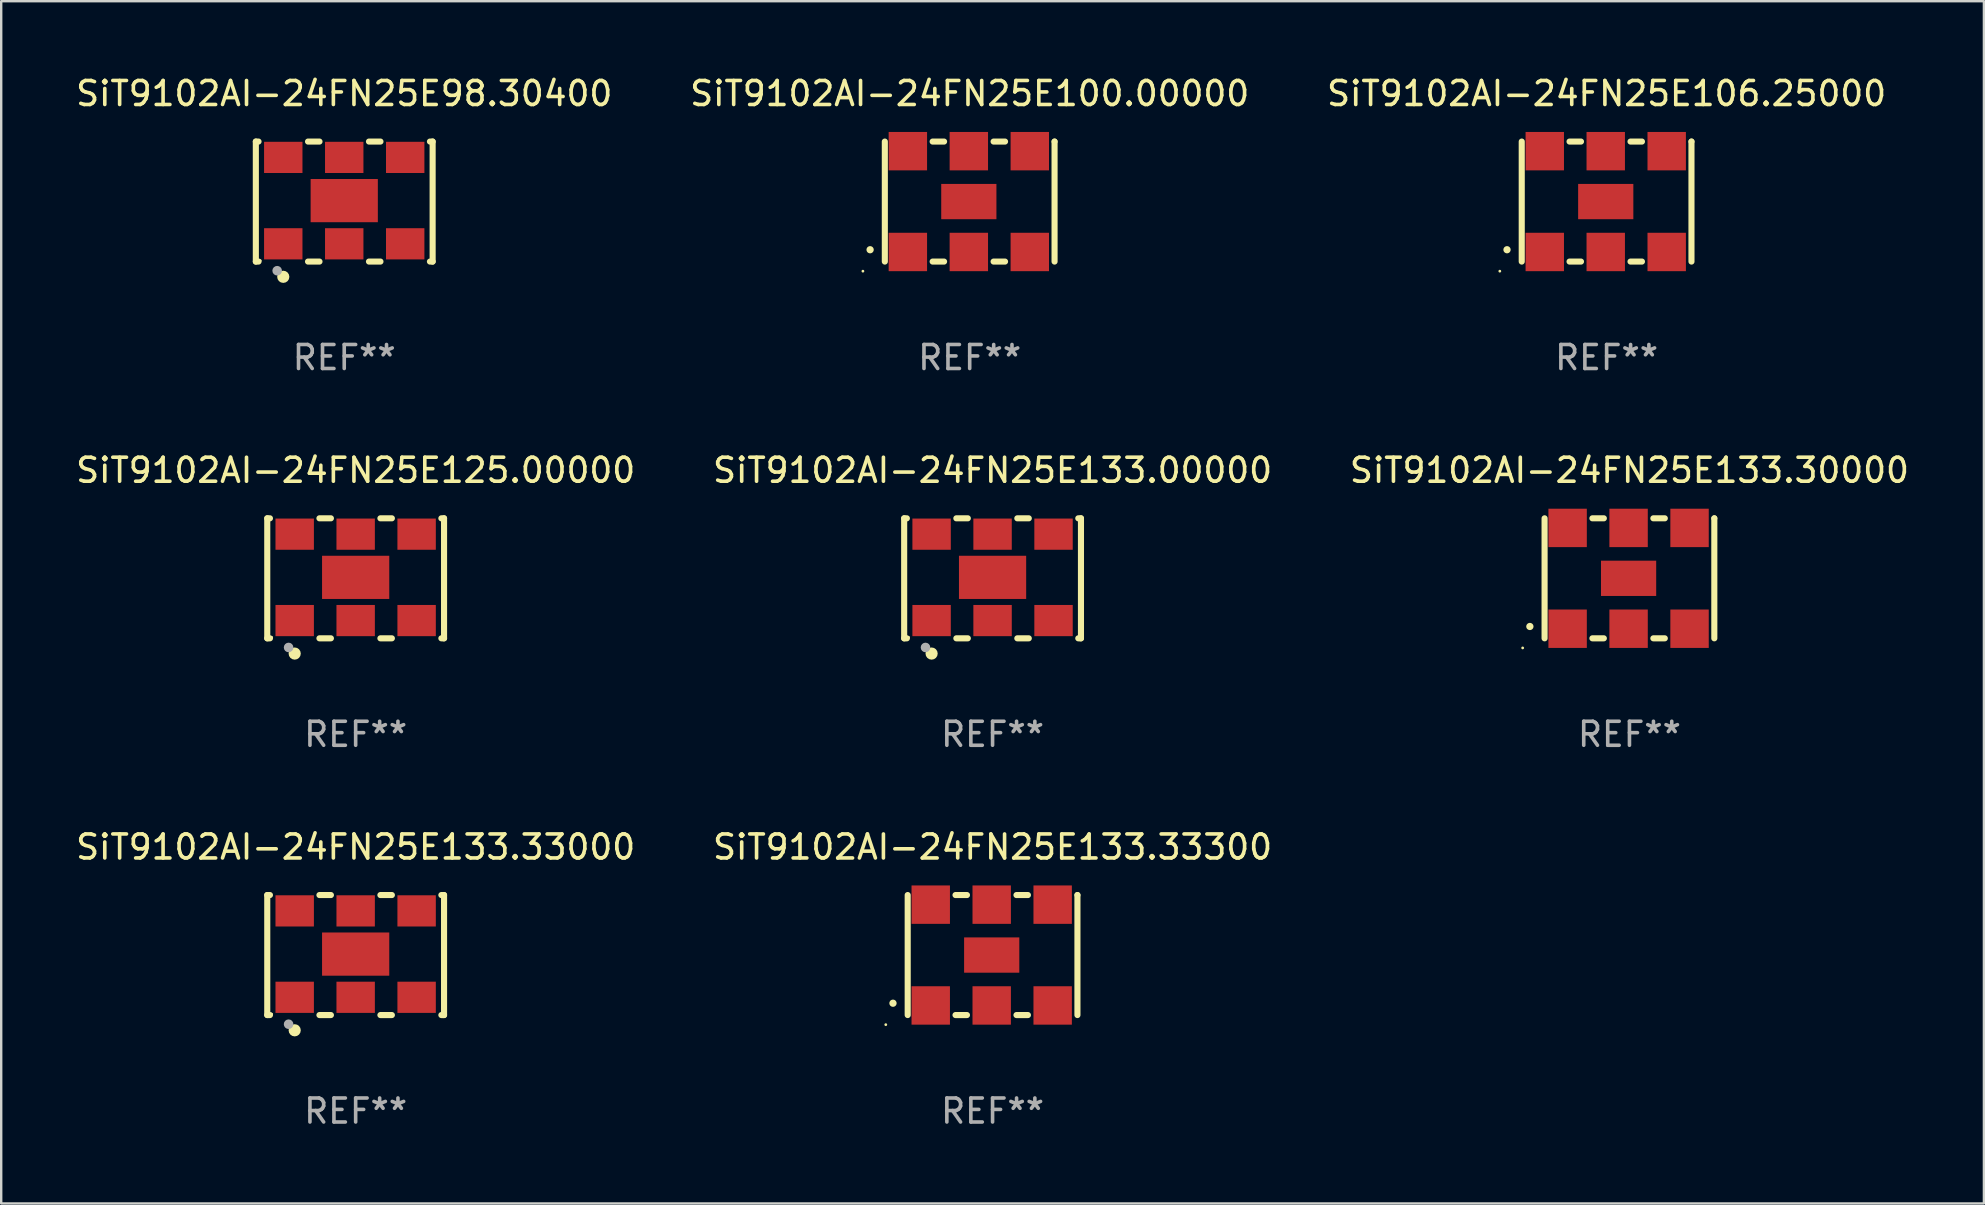
<source format=kicad_pcb>
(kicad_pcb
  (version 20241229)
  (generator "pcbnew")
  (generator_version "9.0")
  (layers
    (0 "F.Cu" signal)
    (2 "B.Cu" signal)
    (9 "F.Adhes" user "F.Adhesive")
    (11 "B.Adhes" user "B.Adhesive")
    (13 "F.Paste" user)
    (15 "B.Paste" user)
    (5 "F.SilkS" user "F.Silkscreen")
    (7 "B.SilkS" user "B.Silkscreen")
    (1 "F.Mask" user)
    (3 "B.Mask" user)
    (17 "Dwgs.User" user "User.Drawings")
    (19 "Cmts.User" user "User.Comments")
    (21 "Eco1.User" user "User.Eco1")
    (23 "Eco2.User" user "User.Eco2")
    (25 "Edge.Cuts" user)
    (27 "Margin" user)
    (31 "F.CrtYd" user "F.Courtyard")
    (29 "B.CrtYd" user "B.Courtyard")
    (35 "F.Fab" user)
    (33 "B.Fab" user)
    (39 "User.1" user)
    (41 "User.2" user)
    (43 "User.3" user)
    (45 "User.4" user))
  (footprint "SiT9102AI-24FN25E125.00000"
    (layer "F.Cu")
    (at 11.768 21.045)
    (property "Reference" "SiT9102AI-24FN25E125.00000" (at 0 -4.5 0) (layer "F.SilkS") (effects (font (size 1 1) (thickness 0.15))))
    (attr through_hole)
    (fp_line (start -3.683 -2.5) (end -3.571 -2.5) (stroke (width 0.254) (type solid)) (layer "F.SilkS"))
    (fp_line (start -3.683 2.5) (end -3.683 -2.5) (stroke (width 0.254) (type solid)) (layer "F.SilkS"))
    (fp_line (start -3.683 2.5) (end -3.571 2.5) (stroke (width 0.254) (type solid)) (layer "F.SilkS"))
    (fp_line (start -1.509 -2.5) (end -1.031 -2.5) (stroke (width 0.254) (type solid)) (layer "F.SilkS"))
    (fp_line (start -1.509 2.5) (end -1.031 2.5) (stroke (width 0.254) (type solid)) (layer "F.SilkS"))
    (fp_line (start 1.031 -2.5) (end 1.509 -2.5) (stroke (width 0.254) (type solid)) (layer "F.SilkS"))
    (fp_line (start 1.031 2.5) (end 1.509 2.5) (stroke (width 0.254) (type solid)) (layer "F.SilkS"))
    (fp_line (start 3.571 -2.5) (end 3.683 -2.5) (stroke (width 0.254) (type solid)) (layer "F.SilkS"))
    (fp_line (start 3.571 2.5) (end 3.683 2.5) (stroke (width 0.254) (type solid)) (layer "F.SilkS"))
    (fp_line (start 3.683 2.5) (end 3.683 -2.5) (stroke (width 0.254) (type solid)) (layer "F.SilkS"))
    (fp_circle (center -3.5 2.46) (end -3.47 2.46) (stroke (width 0.06) (type solid)) (fill no) (layer "F.SilkS"))
    (fp_circle (center -2.54 3.135) (end -2.413 3.135) (stroke (width 0.254) (type solid)) (fill no) (layer "F.SilkS"))
    (fp_circle (center -2.794 2.881) (end -2.694 2.881) (stroke (width 0.2) (type solid)) (fill no) (layer "F.Fab"))
    (fp_text user "REF**" (at 0 6.5 0) (layer "F.Fab") (effects (font (size 1 1) (thickness 0.15))))
    (pad "1" smd rect (at -2.54 1.76) (size 1.6 1.3) (layers "F.Cu" "F.Mask" "F.Paste"))
    (pad "2" smd rect (at 0 1.76) (size 1.6 1.3) (layers "F.Cu" "F.Mask" "F.Paste"))
    (pad "3" smd rect (at 2.54 1.76) (size 1.6 1.3) (layers "F.Cu" "F.Mask" "F.Paste"))
    (pad "4" smd rect (at 2.54 -1.84) (size 1.6 1.3) (layers "F.Cu" "F.Mask" "F.Paste"))
    (pad "5" smd rect (at 0 -1.84) (size 1.6 1.3) (layers "F.Cu" "F.Mask" "F.Paste"))
    (pad "6" smd rect (at -2.54 -1.84) (size 1.6 1.3) (layers "F.Cu" "F.Mask" "F.Paste"))
    (pad "7" smd rect (at 0 -0.04) (size 2.8 1.8) (layers "F.Cu" "F.Mask" "F.Paste")))
  (footprint "SiT9102AI-24FN25E133.00000"
    (layer "F.Cu")
    (at 38.304 21.045)
    (property "Reference" "SiT9102AI-24FN25E133.00000" (at 0 -4.5 0) (layer "F.SilkS") (effects (font (size 1 1) (thickness 0.15))))
    (attr through_hole)
    (fp_line (start -3.683 -2.5) (end -3.571 -2.5) (stroke (width 0.254) (type solid)) (layer "F.SilkS"))
    (fp_line (start -3.683 2.5) (end -3.683 -2.5) (stroke (width 0.254) (type solid)) (layer "F.SilkS"))
    (fp_line (start -3.683 2.5) (end -3.571 2.5) (stroke (width 0.254) (type solid)) (layer "F.SilkS"))
    (fp_line (start -1.509 -2.5) (end -1.031 -2.5) (stroke (width 0.254) (type solid)) (layer "F.SilkS"))
    (fp_line (start -1.509 2.5) (end -1.031 2.5) (stroke (width 0.254) (type solid)) (layer "F.SilkS"))
    (fp_line (start 1.031 -2.5) (end 1.509 -2.5) (stroke (width 0.254) (type solid)) (layer "F.SilkS"))
    (fp_line (start 1.031 2.5) (end 1.509 2.5) (stroke (width 0.254) (type solid)) (layer "F.SilkS"))
    (fp_line (start 3.571 -2.5) (end 3.683 -2.5) (stroke (width 0.254) (type solid)) (layer "F.SilkS"))
    (fp_line (start 3.571 2.5) (end 3.683 2.5) (stroke (width 0.254) (type solid)) (layer "F.SilkS"))
    (fp_line (start 3.683 2.5) (end 3.683 -2.5) (stroke (width 0.254) (type solid)) (layer "F.SilkS"))
    (fp_circle (center -3.5 2.46) (end -3.47 2.46) (stroke (width 0.06) (type solid)) (fill no) (layer "F.SilkS"))
    (fp_circle (center -2.54 3.135) (end -2.413 3.135) (stroke (width 0.254) (type solid)) (fill no) (layer "F.SilkS"))
    (fp_circle (center -2.794 2.881) (end -2.694 2.881) (stroke (width 0.2) (type solid)) (fill no) (layer "F.Fab"))
    (fp_text user "REF**" (at 0 6.5 0) (layer "F.Fab") (effects (font (size 1 1) (thickness 0.15))))
    (pad "1" smd rect (at -2.54 1.76) (size 1.6 1.3) (layers "F.Cu" "F.Mask" "F.Paste"))
    (pad "2" smd rect (at 0 1.76) (size 1.6 1.3) (layers "F.Cu" "F.Mask" "F.Paste"))
    (pad "3" smd rect (at 2.54 1.76) (size 1.6 1.3) (layers "F.Cu" "F.Mask" "F.Paste"))
    (pad "4" smd rect (at 2.54 -1.84) (size 1.6 1.3) (layers "F.Cu" "F.Mask" "F.Paste"))
    (pad "5" smd rect (at 0 -1.84) (size 1.6 1.3) (layers "F.Cu" "F.Mask" "F.Paste"))
    (pad "6" smd rect (at -2.54 -1.84) (size 1.6 1.3) (layers "F.Cu" "F.Mask" "F.Paste"))
    (pad "7" smd rect (at 0 -0.04) (size 2.8 1.8) (layers "F.Cu" "F.Mask" "F.Paste")))
  (footprint "SiT9102AI-24FN25E133.33300"
    (layer "F.Cu")
    (at 38.304 36.741)
    (property "Reference" "SiT9102AI-24FN25E133.33300" (at 0 -4.5 0) (layer "F.SilkS") (effects (font (size 1 1) (thickness 0.15))))
    (attr through_hole)
    (fp_line (start -3.536 -2.5) (end -3.536 2.5) (stroke (width 0.254) (type solid)) (layer "F.SilkS"))
    (fp_line (start -1.544 2.5) (end -1.067 2.5) (stroke (width 0.254) (type solid)) (layer "F.SilkS"))
    (fp_line (start -1.067 -2.5) (end -1.544 -2.5) (stroke (width 0.254) (type solid)) (layer "F.SilkS"))
    (fp_line (start 0.996 2.5) (end 1.473 2.5) (stroke (width 0.254) (type solid)) (layer "F.SilkS"))
    (fp_line (start 1.473 -2.5) (end 0.996 -2.5) (stroke (width 0.254) (type solid)) (layer "F.SilkS"))
    (fp_line (start 3.536 -2.5) (end 3.536 -2.5) (stroke (width 0.254) (type solid)) (layer "F.SilkS"))
    (fp_line (start 3.536 2.5) (end 3.536 -2.5) (stroke (width 0.254) (type solid)) (layer "F.SilkS"))
    (fp_arc (start -4.150432 2.006604) (mid -4.149162 2.006599) (end -4.147892 2.006604) (stroke (width 0.3) (type solid)) (layer "F.SilkS"))
    (fp_circle (center -4.449 2.9) (end -4.419 2.9) (stroke (width 0.06) (type solid)) (fill no) (layer "F.SilkS"))
    (fp_text user "REF**" (at 0 6.5 0) (layer "F.Fab") (effects (font (size 1 1) (thickness 0.15))))
    (pad "1" smd rect (at -2.576 2.1) (size 1.6 1.6) (layers "F.Cu" "F.Mask" "F.Paste"))
    (pad "2" smd rect (at -0.036 2.1) (size 1.6 1.6) (layers "F.Cu" "F.Mask" "F.Paste"))
    (pad "3" smd rect (at 2.504 2.1) (size 1.6 1.6) (layers "F.Cu" "F.Mask" "F.Paste"))
    (pad "4" smd rect (at 2.504 -2.1) (size 1.6 1.6) (layers "F.Cu" "F.Mask" "F.Paste"))
    (pad "5" smd rect (at -0.036 -2.1) (size 1.6 1.6) (layers "F.Cu" "F.Mask" "F.Paste"))
    (pad "6" smd rect (at -2.576 -2.1) (size 1.6 1.6) (layers "F.Cu" "F.Mask" "F.Paste"))
    (pad "7" smd rect (at -0.036 0) (size 2.3 1.47) (layers "F.Cu" "F.Mask" "F.Paste")))
  (footprint "SiT9102AI-24FN25E106.25000"
    (layer "F.Cu")
    (at 63.887 5.348)
    (property "Reference" "SiT9102AI-24FN25E106.25000" (at 0 -4.5 0) (layer "F.SilkS") (effects (font (size 1 1) (thickness 0.15))))
    (attr through_hole)
    (fp_line (start -3.536 -2.5) (end -3.536 2.5) (stroke (width 0.254) (type solid)) (layer "F.SilkS"))
    (fp_line (start -1.544 2.5) (end -1.067 2.5) (stroke (width 0.254) (type solid)) (layer "F.SilkS"))
    (fp_line (start -1.067 -2.5) (end -1.544 -2.5) (stroke (width 0.254) (type solid)) (layer "F.SilkS"))
    (fp_line (start 0.996 2.5) (end 1.473 2.5) (stroke (width 0.254) (type solid)) (layer "F.SilkS"))
    (fp_line (start 1.473 -2.5) (end 0.996 -2.5) (stroke (width 0.254) (type solid)) (layer "F.SilkS"))
    (fp_line (start 3.536 -2.5) (end 3.536 -2.5) (stroke (width 0.254) (type solid)) (layer "F.SilkS"))
    (fp_line (start 3.536 2.5) (end 3.536 -2.5) (stroke (width 0.254) (type solid)) (layer "F.SilkS"))
    (fp_arc (start -4.150432 2.006604) (mid -4.149162 2.006599) (end -4.147892 2.006604) (stroke (width 0.3) (type solid)) (layer "F.SilkS"))
    (fp_circle (center -4.449 2.9) (end -4.419 2.9) (stroke (width 0.06) (type solid)) (fill no) (layer "F.SilkS"))
    (fp_text user "REF**" (at 0 6.5 0) (layer "F.Fab") (effects (font (size 1 1) (thickness 0.15))))
    (pad "1" smd rect (at -2.576 2.1) (size 1.6 1.6) (layers "F.Cu" "F.Mask" "F.Paste"))
    (pad "2" smd rect (at -0.036 2.1) (size 1.6 1.6) (layers "F.Cu" "F.Mask" "F.Paste"))
    (pad "3" smd rect (at 2.504 2.1) (size 1.6 1.6) (layers "F.Cu" "F.Mask" "F.Paste"))
    (pad "4" smd rect (at 2.504 -2.1) (size 1.6 1.6) (layers "F.Cu" "F.Mask" "F.Paste"))
    (pad "5" smd rect (at -0.036 -2.1) (size 1.6 1.6) (layers "F.Cu" "F.Mask" "F.Paste"))
    (pad "6" smd rect (at -2.576 -2.1) (size 1.6 1.6) (layers "F.Cu" "F.Mask" "F.Paste"))
    (pad "7" smd rect (at -0.036 0) (size 2.3 1.47) (layers "F.Cu" "F.Mask" "F.Paste")))
  (footprint "SiT9102AI-24FN25E100.00000"
    (layer "F.Cu")
    (at 37.351 5.348)
    (property "Reference" "SiT9102AI-24FN25E100.00000" (at 0 -4.5 0) (layer "F.SilkS") (effects (font (size 1 1) (thickness 0.15))))
    (attr through_hole)
    (fp_line (start -3.536 -2.5) (end -3.536 2.5) (stroke (width 0.254) (type solid)) (layer "F.SilkS"))
    (fp_line (start -1.544 2.5) (end -1.067 2.5) (stroke (width 0.254) (type solid)) (layer "F.SilkS"))
    (fp_line (start -1.067 -2.5) (end -1.544 -2.5) (stroke (width 0.254) (type solid)) (layer "F.SilkS"))
    (fp_line (start 0.996 2.5) (end 1.473 2.5) (stroke (width 0.254) (type solid)) (layer "F.SilkS"))
    (fp_line (start 1.473 -2.5) (end 0.996 -2.5) (stroke (width 0.254) (type solid)) (layer "F.SilkS"))
    (fp_line (start 3.536 -2.5) (end 3.536 -2.5) (stroke (width 0.254) (type solid)) (layer "F.SilkS"))
    (fp_line (start 3.536 2.5) (end 3.536 -2.5) (stroke (width 0.254) (type solid)) (layer "F.SilkS"))
    (fp_arc (start -4.150432 2.006604) (mid -4.149162 2.006599) (end -4.147892 2.006604) (stroke (width 0.3) (type solid)) (layer "F.SilkS"))
    (fp_circle (center -4.449 2.9) (end -4.419 2.9) (stroke (width 0.06) (type solid)) (fill no) (layer "F.SilkS"))
    (fp_text user "REF**" (at 0 6.5 0) (layer "F.Fab") (effects (font (size 1 1) (thickness 0.15))))
    (pad "1" smd rect (at -2.576 2.1) (size 1.6 1.6) (layers "F.Cu" "F.Mask" "F.Paste"))
    (pad "2" smd rect (at -0.036 2.1) (size 1.6 1.6) (layers "F.Cu" "F.Mask" "F.Paste"))
    (pad "3" smd rect (at 2.504 2.1) (size 1.6 1.6) (layers "F.Cu" "F.Mask" "F.Paste"))
    (pad "4" smd rect (at 2.504 -2.1) (size 1.6 1.6) (layers "F.Cu" "F.Mask" "F.Paste"))
    (pad "5" smd rect (at -0.036 -2.1) (size 1.6 1.6) (layers "F.Cu" "F.Mask" "F.Paste"))
    (pad "6" smd rect (at -2.576 -2.1) (size 1.6 1.6) (layers "F.Cu" "F.Mask" "F.Paste"))
    (pad "7" smd rect (at -0.036 0) (size 2.3 1.47) (layers "F.Cu" "F.Mask" "F.Paste")))
  (footprint "SiT9102AI-24FN25E133.33000"
    (layer "F.Cu")
    (at 11.768 36.741)
    (property "Reference" "SiT9102AI-24FN25E133.33000" (at 0 -4.5 0) (layer "F.SilkS") (effects (font (size 1 1) (thickness 0.15))))
    (attr through_hole)
    (fp_line (start -3.683 -2.5) (end -3.571 -2.5) (stroke (width 0.254) (type solid)) (layer "F.SilkS"))
    (fp_line (start -3.683 2.5) (end -3.683 -2.5) (stroke (width 0.254) (type solid)) (layer "F.SilkS"))
    (fp_line (start -3.683 2.5) (end -3.571 2.5) (stroke (width 0.254) (type solid)) (layer "F.SilkS"))
    (fp_line (start -1.509 -2.5) (end -1.031 -2.5) (stroke (width 0.254) (type solid)) (layer "F.SilkS"))
    (fp_line (start -1.509 2.5) (end -1.031 2.5) (stroke (width 0.254) (type solid)) (layer "F.SilkS"))
    (fp_line (start 1.031 -2.5) (end 1.509 -2.5) (stroke (width 0.254) (type solid)) (layer "F.SilkS"))
    (fp_line (start 1.031 2.5) (end 1.509 2.5) (stroke (width 0.254) (type solid)) (layer "F.SilkS"))
    (fp_line (start 3.571 -2.5) (end 3.683 -2.5) (stroke (width 0.254) (type solid)) (layer "F.SilkS"))
    (fp_line (start 3.571 2.5) (end 3.683 2.5) (stroke (width 0.254) (type solid)) (layer "F.SilkS"))
    (fp_line (start 3.683 2.5) (end 3.683 -2.5) (stroke (width 0.254) (type solid)) (layer "F.SilkS"))
    (fp_circle (center -3.5 2.46) (end -3.47 2.46) (stroke (width 0.06) (type solid)) (fill no) (layer "F.SilkS"))
    (fp_circle (center -2.54 3.135) (end -2.413 3.135) (stroke (width 0.254) (type solid)) (fill no) (layer "F.SilkS"))
    (fp_circle (center -2.794 2.881) (end -2.694 2.881) (stroke (width 0.2) (type solid)) (fill no) (layer "F.Fab"))
    (fp_text user "REF**" (at 0 6.5 0) (layer "F.Fab") (effects (font (size 1 1) (thickness 0.15))))
    (pad "1" smd rect (at -2.54 1.76) (size 1.6 1.3) (layers "F.Cu" "F.Mask" "F.Paste"))
    (pad "2" smd rect (at 0 1.76) (size 1.6 1.3) (layers "F.Cu" "F.Mask" "F.Paste"))
    (pad "3" smd rect (at 2.54 1.76) (size 1.6 1.3) (layers "F.Cu" "F.Mask" "F.Paste"))
    (pad "4" smd rect (at 2.54 -1.84) (size 1.6 1.3) (layers "F.Cu" "F.Mask" "F.Paste"))
    (pad "5" smd rect (at 0 -1.84) (size 1.6 1.3) (layers "F.Cu" "F.Mask" "F.Paste"))
    (pad "6" smd rect (at -2.54 -1.84) (size 1.6 1.3) (layers "F.Cu" "F.Mask" "F.Paste"))
    (pad "7" smd rect (at 0 -0.04) (size 2.8 1.8) (layers "F.Cu" "F.Mask" "F.Paste")))
  (footprint "SiT9102AI-24FN25E133.30000"
    (layer "F.Cu")
    (at 64.839 21.045)
    (property "Reference" "SiT9102AI-24FN25E133.30000" (at 0 -4.5 0) (layer "F.SilkS") (effects (font (size 1 1) (thickness 0.15))))
    (attr through_hole)
    (fp_line (start -3.536 -2.5) (end -3.536 2.5) (stroke (width 0.254) (type solid)) (layer "F.SilkS"))
    (fp_line (start -1.544 2.5) (end -1.067 2.5) (stroke (width 0.254) (type solid)) (layer "F.SilkS"))
    (fp_line (start -1.067 -2.5) (end -1.544 -2.5) (stroke (width 0.254) (type solid)) (layer "F.SilkS"))
    (fp_line (start 0.996 2.5) (end 1.473 2.5) (stroke (width 0.254) (type solid)) (layer "F.SilkS"))
    (fp_line (start 1.473 -2.5) (end 0.996 -2.5) (stroke (width 0.254) (type solid)) (layer "F.SilkS"))
    (fp_line (start 3.536 -2.5) (end 3.536 -2.5) (stroke (width 0.254) (type solid)) (layer "F.SilkS"))
    (fp_line (start 3.536 2.5) (end 3.536 -2.5) (stroke (width 0.254) (type solid)) (layer "F.SilkS"))
    (fp_arc (start -4.150432 2.006604) (mid -4.149162 2.006599) (end -4.147892 2.006604) (stroke (width 0.3) (type solid)) (layer "F.SilkS"))
    (fp_circle (center -4.449 2.9) (end -4.419 2.9) (stroke (width 0.06) (type solid)) (fill no) (layer "F.SilkS"))
    (fp_text user "REF**" (at 0 6.5 0) (layer "F.Fab") (effects (font (size 1 1) (thickness 0.15))))
    (pad "1" smd rect (at -2.576 2.1) (size 1.6 1.6) (layers "F.Cu" "F.Mask" "F.Paste"))
    (pad "2" smd rect (at -0.036 2.1) (size 1.6 1.6) (layers "F.Cu" "F.Mask" "F.Paste"))
    (pad "3" smd rect (at 2.504 2.1) (size 1.6 1.6) (layers "F.Cu" "F.Mask" "F.Paste"))
    (pad "4" smd rect (at 2.504 -2.1) (size 1.6 1.6) (layers "F.Cu" "F.Mask" "F.Paste"))
    (pad "5" smd rect (at -0.036 -2.1) (size 1.6 1.6) (layers "F.Cu" "F.Mask" "F.Paste"))
    (pad "6" smd rect (at -2.576 -2.1) (size 1.6 1.6) (layers "F.Cu" "F.Mask" "F.Paste"))
    (pad "7" smd rect (at -0.036 0) (size 2.3 1.47) (layers "F.Cu" "F.Mask" "F.Paste")))
  (footprint "SiT9102AI-24FN25E98.30400"
    (layer "F.Cu")
    (at 11.292 5.348)
    (property "Reference" "SiT9102AI-24FN25E98.30400" (at 0 -4.5 0) (layer "F.SilkS") (effects (font (size 1 1) (thickness 0.15))))
    (attr through_hole)
    (fp_line (start -3.683 -2.5) (end -3.571 -2.5) (stroke (width 0.254) (type solid)) (layer "F.SilkS"))
    (fp_line (start -3.683 2.5) (end -3.683 -2.5) (stroke (width 0.254) (type solid)) (layer "F.SilkS"))
    (fp_line (start -3.683 2.5) (end -3.571 2.5) (stroke (width 0.254) (type solid)) (layer "F.SilkS"))
    (fp_line (start -1.509 -2.5) (end -1.031 -2.5) (stroke (width 0.254) (type solid)) (layer "F.SilkS"))
    (fp_line (start -1.509 2.5) (end -1.031 2.5) (stroke (width 0.254) (type solid)) (layer "F.SilkS"))
    (fp_line (start 1.031 -2.5) (end 1.509 -2.5) (stroke (width 0.254) (type solid)) (layer "F.SilkS"))
    (fp_line (start 1.031 2.5) (end 1.509 2.5) (stroke (width 0.254) (type solid)) (layer "F.SilkS"))
    (fp_line (start 3.571 -2.5) (end 3.683 -2.5) (stroke (width 0.254) (type solid)) (layer "F.SilkS"))
    (fp_line (start 3.571 2.5) (end 3.683 2.5) (stroke (width 0.254) (type solid)) (layer "F.SilkS"))
    (fp_line (start 3.683 2.5) (end 3.683 -2.5) (stroke (width 0.254) (type solid)) (layer "F.SilkS"))
    (fp_circle (center -3.5 2.46) (end -3.47 2.46) (stroke (width 0.06) (type solid)) (fill no) (layer "F.SilkS"))
    (fp_circle (center -2.54 3.135) (end -2.413 3.135) (stroke (width 0.254) (type solid)) (fill no) (layer "F.SilkS"))
    (fp_circle (center -2.794 2.881) (end -2.694 2.881) (stroke (width 0.2) (type solid)) (fill no) (layer "F.Fab"))
    (fp_text user "REF**" (at 0 6.5 0) (layer "F.Fab") (effects (font (size 1 1) (thickness 0.15))))
    (pad "1" smd rect (at -2.54 1.76) (size 1.6 1.3) (layers "F.Cu" "F.Mask" "F.Paste"))
    (pad "2" smd rect (at 0 1.76) (size 1.6 1.3) (layers "F.Cu" "F.Mask" "F.Paste"))
    (pad "3" smd rect (at 2.54 1.76) (size 1.6 1.3) (layers "F.Cu" "F.Mask" "F.Paste"))
    (pad "4" smd rect (at 2.54 -1.84) (size 1.6 1.3) (layers "F.Cu" "F.Mask" "F.Paste"))
    (pad "5" smd rect (at 0 -1.84) (size 1.6 1.3) (layers "F.Cu" "F.Mask" "F.Paste"))
    (pad "6" smd rect (at -2.54 -1.84) (size 1.6 1.3) (layers "F.Cu" "F.Mask" "F.Paste"))
    (pad "7" smd rect (at 0 -0.04) (size 2.8 1.8) (layers "F.Cu" "F.Mask" "F.Paste")))
  (gr_rect
    (start -3 -3)
    (end 79.607 47.09)
    (stroke (width 0.1) (type default))
    (fill no)
    (layer "Edge.Cuts")))
</source>
